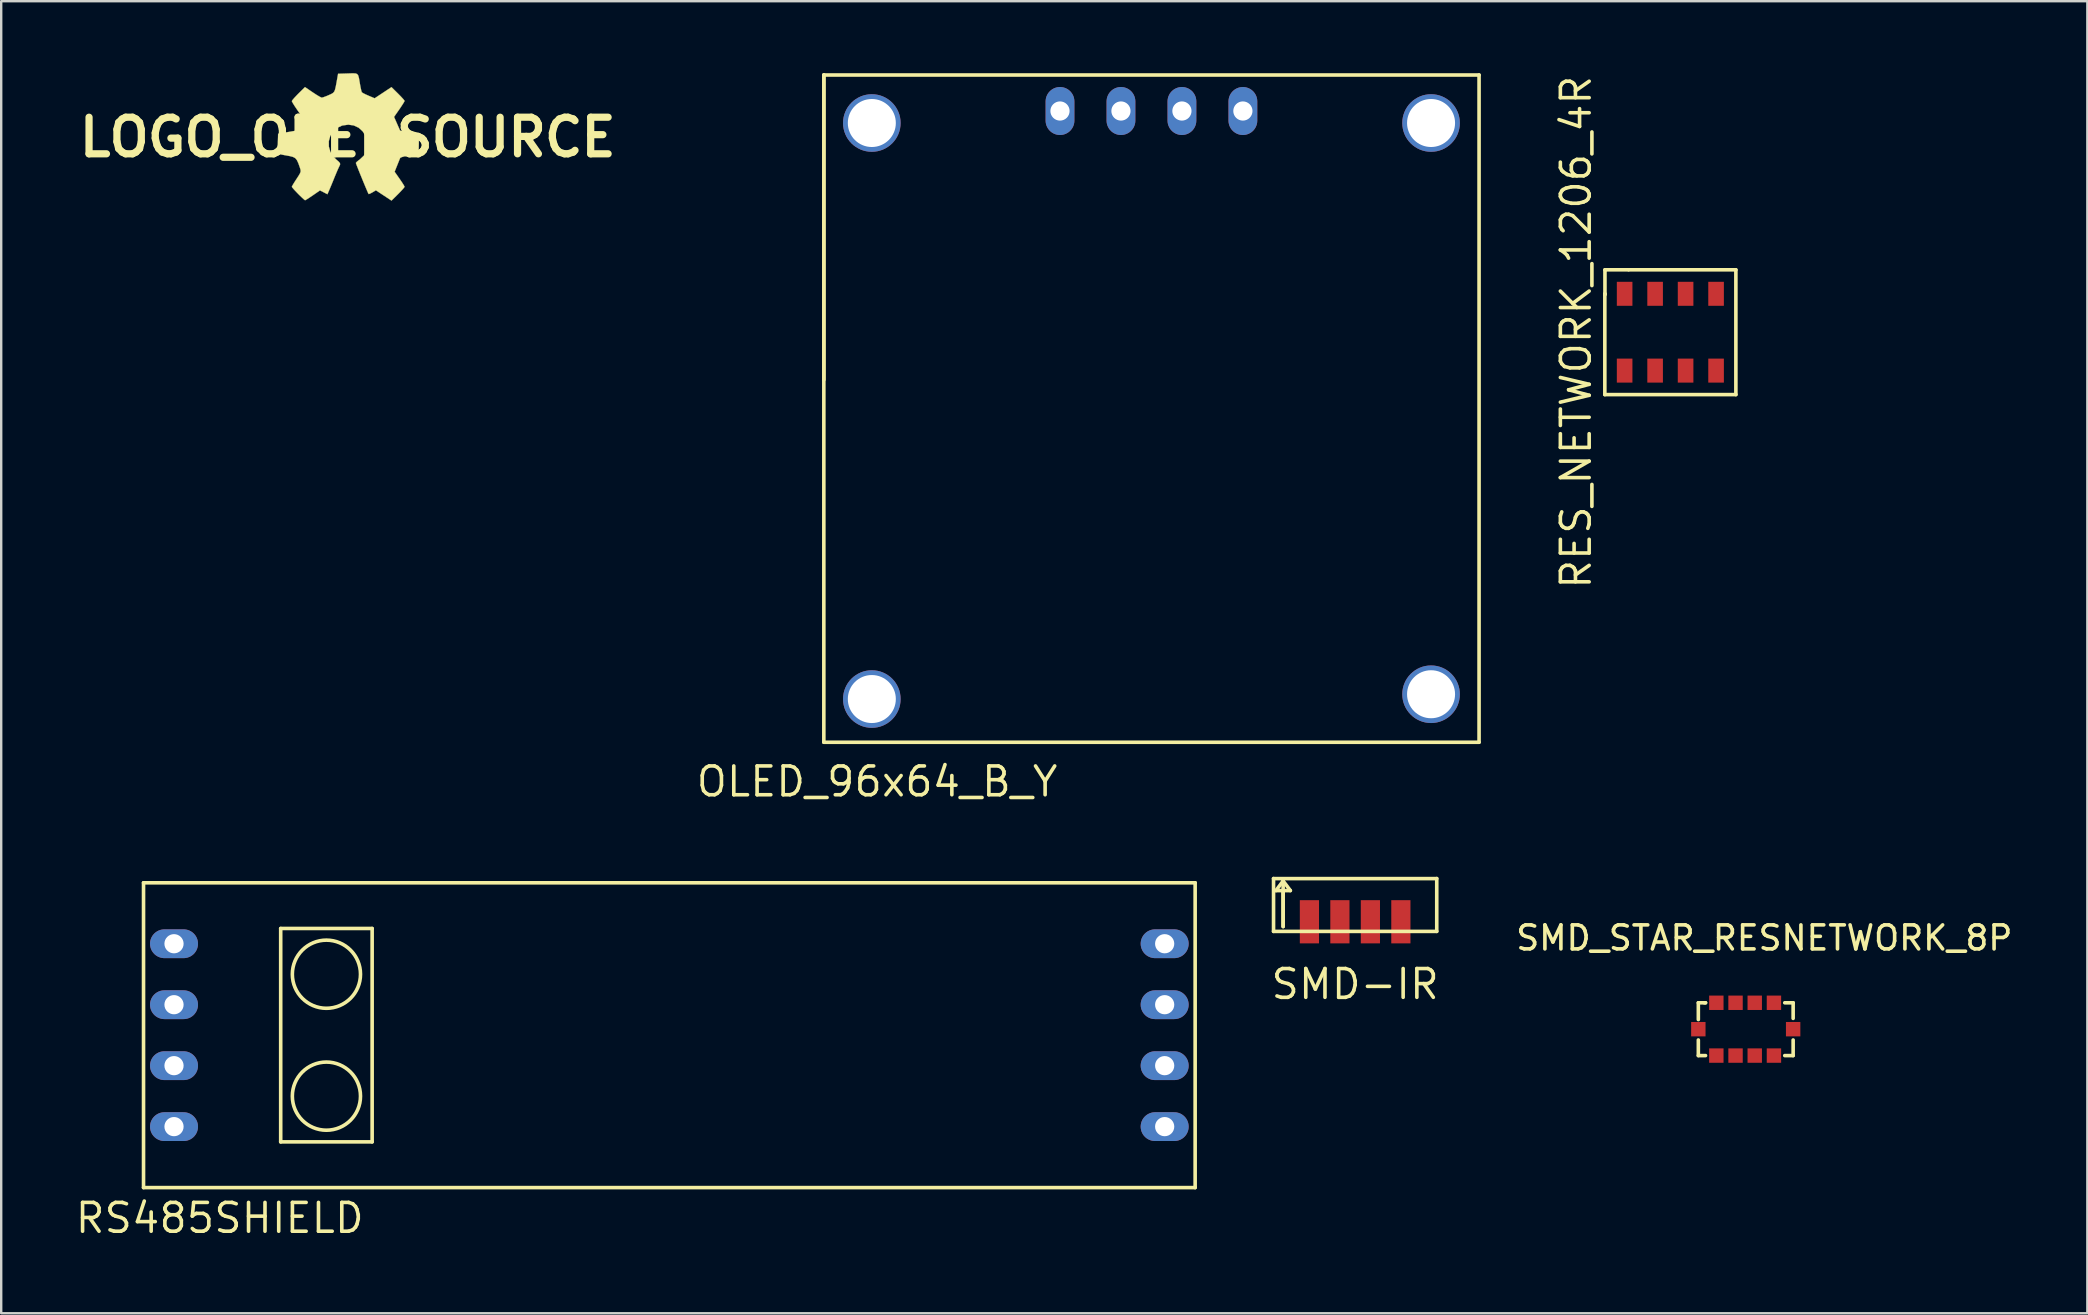
<source format=kicad_pcb>
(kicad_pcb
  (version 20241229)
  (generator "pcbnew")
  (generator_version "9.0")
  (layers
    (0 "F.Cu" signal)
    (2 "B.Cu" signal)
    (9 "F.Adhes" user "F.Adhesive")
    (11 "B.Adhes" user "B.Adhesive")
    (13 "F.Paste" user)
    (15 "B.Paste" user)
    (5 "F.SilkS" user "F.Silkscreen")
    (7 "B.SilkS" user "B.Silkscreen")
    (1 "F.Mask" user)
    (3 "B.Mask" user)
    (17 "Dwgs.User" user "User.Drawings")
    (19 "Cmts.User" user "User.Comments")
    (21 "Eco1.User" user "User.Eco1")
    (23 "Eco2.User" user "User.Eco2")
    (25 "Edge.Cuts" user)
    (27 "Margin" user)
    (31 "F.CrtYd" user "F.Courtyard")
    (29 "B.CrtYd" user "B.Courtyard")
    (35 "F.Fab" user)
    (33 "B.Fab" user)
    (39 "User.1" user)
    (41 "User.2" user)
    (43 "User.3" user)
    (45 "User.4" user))
  (footprint "RES_NETWORK_1206_4R"
    (layer "F.Cu")
    (at 66.544 10.791)
    (property "Reference" "RES_NETWORK_1206_4R" (at -3.93 0 90) (layer "F.SilkS") (effects (font (size 1.2 1.2) (thickness 0.15))))
    (attr through_hole)
    (fp_line (start -2.73 -1.6) (end -2.73 2.6) (stroke (width 0.15) (type solid)) (layer "F.SilkS"))
    (fp_line (start -2.73 2.6) (end 2.73 2.6) (stroke (width 0.15) (type solid)) (layer "F.SilkS"))
    (fp_line (start -2.725 -2.6) (end -2.725 -1.575) (stroke (width 0.15) (type solid)) (layer "F.SilkS"))
    (fp_line (start -2.725 -1.575) (end -2.725 -1.6) (stroke (width 0.15) (type solid)) (layer "F.SilkS"))
    (fp_line (start -2.7 -2.6) (end -2.725 -2.6) (stroke (width 0.15) (type solid)) (layer "F.SilkS"))
    (fp_line (start -1.75 -2.6) (end -2.7 -2.6) (stroke (width 0.15) (type solid)) (layer "F.SilkS"))
    (fp_line (start 2.73 -2.6) (end -1.73 -2.6) (stroke (width 0.15) (type solid)) (layer "F.SilkS"))
    (fp_line (start 2.73 2.6) (end 2.73 -2.6) (stroke (width 0.15) (type solid)) (layer "F.SilkS"))
    (pad "1" smd rect (at -1.905 1.6) (size 0.65 1) (layers "F.Cu" "F.Mask" "F.Paste"))
    (pad "2" smd rect (at -0.635 1.6) (size 0.65 1) (layers "F.Cu" "F.Mask" "F.Paste"))
    (pad "3" smd rect (at 0.635 1.6) (size 0.65 1) (layers "F.Cu" "F.Mask" "F.Paste"))
    (pad "4" smd rect (at 1.905 1.6) (size 0.65 1) (layers "F.Cu" "F.Mask" "F.Paste"))
    (pad "5" smd rect (at 1.905 -1.6) (size 0.65 1) (layers "F.Cu" "F.Mask" "F.Paste"))
    (pad "6" smd rect (at 0.635 -1.6) (size 0.65 1) (layers "F.Cu" "F.Mask" "F.Paste"))
    (pad "7" smd rect (at -0.635 -1.6) (size 0.65 1) (layers "F.Cu" "F.Mask" "F.Paste"))
    (pad "8" smd rect (at -1.905 -1.6) (size 0.65 1) (layers "F.Cu" "F.Mask" "F.Paste")))
  (footprint "SMD-IR"
    (layer "F.Cu")
    (at 53.411 35.355)
    (property "Reference" "SMD-IR" (at 0 2.6 0) (layer "F.SilkS") (effects (font (size 1.2 1.2) (thickness 0.15))))
    (attr through_hole)
    (fp_line (start -3.4 -1.8) (end 3.4 -1.8) (stroke (width 0.15) (type solid)) (layer "F.SilkS"))
    (fp_line (start -3.4 0.4) (end -3.4 -1.8) (stroke (width 0.15) (type solid)) (layer "F.SilkS"))
    (fp_line (start -3.3 -1.3) (end -3 -1.7) (stroke (width 0.15) (type solid)) (layer "F.SilkS"))
    (fp_line (start -3 -1.7) (end -3 0.2) (stroke (width 0.15) (type solid)) (layer "F.SilkS"))
    (fp_line (start -3 -1.7) (end -2.7 -1.3) (stroke (width 0.15) (type solid)) (layer "F.SilkS"))
    (fp_line (start -3 -1.3) (end -3.3 -1.3) (stroke (width 0.15) (type solid)) (layer "F.SilkS"))
    (fp_line (start -3 0.2) (end -3 -1.3) (stroke (width 0.15) (type solid)) (layer "F.SilkS"))
    (fp_line (start -2.7 -1.3) (end -3 -1.3) (stroke (width 0.15) (type solid)) (layer "F.SilkS"))
    (fp_line (start 3.4 -1.8) (end 3.4 0.4) (stroke (width 0.15) (type solid)) (layer "F.SilkS"))
    (fp_line (start 3.4 0.4) (end -3.4 0.4) (stroke (width 0.15) (type solid)) (layer "F.SilkS"))
    (pad "1" smd rect (at 1.905 0) (size 0.8 1.8) (layers "F.Cu" "F.Mask" "F.Paste"))
    (pad "2" smd rect (at 0.635 0) (size 0.8 1.8) (layers "F.Cu" "F.Mask" "F.Paste"))
    (pad "3" smd rect (at -0.635 0) (size 0.8 1.8) (layers "F.Cu" "F.Mask" "F.Paste"))
    (pad "4" smd rect (at -1.905 0) (size 0.8 1.8) (layers "F.Cu" "F.Mask" "F.Paste")))
  (footprint "RS485SHIELD"
    (layer "F.Cu")
    (at 2.93 33.73)
    (property "Reference" "RS485SHIELD" (at 3.175 13.97 0) (layer "F.SilkS") (effects (font (size 1.2 1.2) (thickness 0.15))))
    (attr through_hole)
    (fp_line (start 0 0) (end 0 12.7) (stroke (width 0.15) (type solid)) (layer "F.SilkS"))
    (fp_line (start 0 12.7) (end 43.815 12.7) (stroke (width 0.15) (type solid)) (layer "F.SilkS"))
    (fp_line (start 5.715 1.905) (end 9.525 1.905) (stroke (width 0.15) (type solid)) (layer "F.SilkS"))
    (fp_line (start 5.715 10.795) (end 5.715 1.905) (stroke (width 0.15) (type solid)) (layer "F.SilkS"))
    (fp_line (start 9.525 1.905) (end 9.525 10.795) (stroke (width 0.15) (type solid)) (layer "F.SilkS"))
    (fp_line (start 9.525 10.795) (end 5.715 10.795) (stroke (width 0.15) (type solid)) (layer "F.SilkS"))
    (fp_line (start 43.815 0) (end 0 0) (stroke (width 0.15) (type solid)) (layer "F.SilkS"))
    (fp_line (start 43.815 12.7) (end 43.815 0) (stroke (width 0.15) (type solid)) (layer "F.SilkS"))
    (fp_circle (center 7.62 3.81) (end 8.89 4.445) (stroke (width 0.15) (type solid)) (fill no) (layer "F.SilkS"))
    (fp_circle (center 7.62 8.89) (end 8.89 9.525) (stroke (width 0.15) (type solid)) (fill no) (layer "F.SilkS"))
    (pad "1" thru_hole oval (at 42.545 2.54 90) (size 1.2 2) (drill 0.8) (layers "*.Cu" "*.Mask"))
    (pad "2" thru_hole oval (at 42.545 5.08 90) (size 1.2 2) (drill 0.8) (layers "*.Cu" "*.Mask"))
    (pad "3" thru_hole oval (at 42.545 7.62 90) (size 1.2 2) (drill 0.8) (layers "*.Cu" "*.Mask"))
    (pad "4" thru_hole oval (at 42.545 10.16 90) (size 1.2 2) (drill 0.8) (layers "*.Cu" "*.Mask"))
    (pad "5" thru_hole oval (at 1.27 10.16 90) (size 1.2 2) (drill 0.8) (layers "*.Cu" "*.Mask"))
    (pad "6" thru_hole oval (at 1.27 7.62 90) (size 1.2 2) (drill 0.8) (layers "*.Cu" "*.Mask"))
    (pad "7" thru_hole oval (at 1.27 5.08 90) (size 1.2 2) (drill 0.8) (layers "*.Cu" "*.Mask"))
    (pad "8" thru_hole oval (at 1.27 2.54 90) (size 1.2 2) (drill 0.8) (layers "*.Cu" "*.Mask")))
  (footprint "OLED_96x64_B_Y"
    (layer "F.Cu")
    (at 41.114 1.575)
    (property "Reference" "OLED_96x64_B_Y" (at -7.62 27.94 0) (layer "F.SilkS") (effects (font (size 1.2 1.2) (thickness 0.15))))
    (attr through_hole)
    (fp_line (start -9.84 -1.5) (end -9.84 11.2) (stroke (width 0.15) (type solid)) (layer "F.SilkS"))
    (fp_line (start -9.84 -1.5) (end 17.46 -1.5) (stroke (width 0.15) (type solid)) (layer "F.SilkS"))
    (fp_line (start -9.84 26.3) (end -9.84 -1.5) (stroke (width 0.15) (type solid)) (layer "F.SilkS"))
    (fp_line (start 17.46 -1.5) (end 17.46 26.3) (stroke (width 0.15) (type solid)) (layer "F.SilkS"))
    (fp_line (start 17.46 26.3) (end -9.84 26.3) (stroke (width 0.15) (type solid)) (layer "F.SilkS"))
    (pad "1" thru_hole oval (at 0 0 180) (size 1.2 2) (drill 0.8) (layers "*.Cu" "*.Mask"))
    (pad "2" thru_hole oval (at 2.54 0 180) (size 1.2 2) (drill 0.8) (layers "*.Cu" "*.Mask"))
    (pad "3" thru_hole oval (at 5.08 0 180) (size 1.2 2) (drill 0.8) (layers "*.Cu" "*.Mask"))
    (pad "4" thru_hole oval (at 7.62 0 180) (size 1.2 2) (drill 0.8) (layers "*.Cu" "*.Mask"))
    (pad "~" thru_hole circle (at -7.84 0.5) (size 2.4 2.4) (drill 2) (layers "*.Cu" "*.Mask"))
    (pad "~" thru_hole circle (at -7.84 24.5) (size 2.4 2.4) (drill 2) (layers "*.Cu" "*.Mask"))
    (pad "~" thru_hole circle (at 15.46 0.5) (size 2.4 2.4) (drill 2) (layers "*.Cu" "*.Mask"))
    (pad "~" thru_hole circle (at 15.46 24.3) (size 2.4 2.4) (drill 2) (layers "*.Cu" "*.Mask")))
  (footprint "SMD_STAR_RESNETWORK_8P"
    (layer "F.Cu")
    (at 68.46 33.73)
    (property "Reference" "SMD_STAR_RESNETWORK_8P" (at 2 2.3 0) (layer "F.SilkS") (effects (font (size 1 1) (thickness 0.15))))
    (attr through_hole)
    (fp_line (start -0.75 5) (end -0.45 5) (stroke (width 0.15) (type solid)) (layer "F.SilkS"))
    (fp_line (start -0.75 5.7) (end -0.75 5) (stroke (width 0.15) (type solid)) (layer "F.SilkS"))
    (fp_line (start -0.75 6.55) (end -0.75 7.2) (stroke (width 0.15) (type solid)) (layer "F.SilkS"))
    (fp_line (start -0.75 7.2) (end -0.45 7.2) (stroke (width 0.15) (type solid)) (layer "F.SilkS"))
    (fp_line (start -0.45 5) (end -0.5 5) (stroke (width 0.15) (type solid)) (layer "F.SilkS"))
    (fp_line (start 2.85 5) (end 3.2 5) (stroke (width 0.15) (type solid)) (layer "F.SilkS"))
    (fp_line (start 2.85 7.2) (end 3.2 7.2) (stroke (width 0.15) (type solid)) (layer "F.SilkS"))
    (fp_line (start 3.2 5) (end 3.2 5.65) (stroke (width 0.15) (type solid)) (layer "F.SilkS"))
    (fp_line (start 3.2 7.2) (end 3.2 6.55) (stroke (width 0.15) (type solid)) (layer "F.SilkS"))
    (pad "1" connect rect (at -0.75 6.1) (size 0.6 0.6) (layers "F.Cu" "F.Mask"))
    (pad "2" connect rect (at 0 7.2) (size 0.6 0.6) (layers "F.Cu" "F.Mask"))
    (pad "3" connect rect (at 0.8 7.2) (size 0.6 0.6) (layers "F.Cu" "F.Mask"))
    (pad "4" connect rect (at 1.6 7.2) (size 0.6 0.6) (layers "F.Cu" "F.Mask"))
    (pad "5" connect rect (at 2.4 7.2) (size 0.6 0.6) (layers "F.Cu" "F.Mask"))
    (pad "6" connect rect (at 3.2 6.1) (size 0.6 0.6) (layers "F.Cu" "F.Mask"))
    (pad "7" connect rect (at 2.4 5) (size 0.6 0.6) (layers "F.Cu" "F.Mask"))
    (pad "8" connect rect (at 1.6 5) (size 0.6 0.6) (layers "F.Cu" "F.Mask"))
    (pad "9" connect rect (at 0.8 5) (size 0.6 0.6) (layers "F.Cu" "F.Mask"))
    (pad "10" connect rect (at 0 5) (size 0.6 0.6) (layers "F.Cu" "F.Mask")))
  (footprint "LOGO_OPENSOURCE"
    (layer "F.Cu")
    (at 11.437 2.669)
    (property "Reference" "LOGO_OPENSOURCE" (at 0 0 0) (layer "F.SilkS") (effects (font (size 1.524 1.524) (thickness 0.3))))
    (attr through_hole)
    (fp_poly (pts (xy 0.317 -2.661) (xy 0.394 -2.635) (xy 0.44 -2.571) (xy 0.47 -2.457) (xy 0.501 -2.278) (xy 0.511 -2.215) (xy 0.54 -2.061) (xy 0.567 -1.94) (xy 0.587 -1.877) (xy 0.588 -1.875) (xy 0.638 -1.841) (xy 0.743 -1.787) (xy 0.868 -1.732) (xy 1.122 -1.624) (xy 1.824 -2.089) (xy 2.097 -1.819) (xy 2.218 -1.696) (xy 2.311 -1.594) (xy 2.364 -1.528) (xy 2.371 -1.514) (xy 2.348 -1.467) (xy 2.287 -1.368) (xy 2.199 -1.235) (xy 2.151 -1.164) (xy 1.931 -0.848) (xy 2.057 -0.562) (xy 2.183 -0.276) (xy 2.478 -0.223) (xy 2.685 -0.188) (xy 2.823 -0.159) (xy 2.907 -0.123) (xy 2.949 -0.065) (xy 2.963 0.027) (xy 2.964 0.168) (xy 2.963 0.271) (xy 2.959 0.477) (xy 2.947 0.608) (xy 2.924 0.676) (xy 2.908 0.69) (xy 2.841 0.706) (xy 2.716 0.731) (xy 2.557 0.759) (xy 2.529 0.763) (xy 2.373 0.794) (xy 2.253 0.827) (xy 2.19 0.858) (xy 2.186 0.863) (xy 2.16 0.924) (xy 2.114 1.039) (xy 2.06 1.173) (xy 1.955 1.437) (xy 2.163 1.733) (xy 2.257 1.871) (xy 2.329 1.984) (xy 2.367 2.053) (xy 2.371 2.063) (xy 2.342 2.107) (xy 2.267 2.193) (xy 2.158 2.308) (xy 2.098 2.369) (xy 1.825 2.639) (xy 1.5 2.425) (xy 1.175 2.21) (xy 1.03 2.296) (xy 0.936 2.346) (xy 0.877 2.367) (xy 0.871 2.365) (xy 0.848 2.32) (xy 0.801 2.212) (xy 0.736 2.059) (xy 0.66 1.877) (xy 0.58 1.681) (xy 0.501 1.488) (xy 0.432 1.314) (xy 0.378 1.176) (xy 0.346 1.089) (xy 0.34 1.069) (xy 0.373 1.028) (xy 0.454 0.961) (xy 0.502 0.927) (xy 0.675 0.763) (xy 0.78 0.568) (xy 0.823 0.355) (xy 0.807 0.139) (xy 0.738 -0.068) (xy 0.619 -0.251) (xy 0.455 -0.398) (xy 0.251 -0.493) (xy 0.023 -0.525) (xy -0.233 -0.488) (xy -0.446 -0.388) (xy -0.613 -0.237) (xy -0.728 -0.05) (xy -0.787 0.162) (xy -0.786 0.386) (xy -0.721 0.609) (xy -0.586 0.819) (xy -0.479 0.925) (xy -0.374 1.017) (xy -0.323 1.078) (xy -0.316 1.13) (xy -0.344 1.197) (xy -0.354 1.216) (xy -0.402 1.318) (xy -0.467 1.469) (xy -0.537 1.637) (xy -0.545 1.656) (xy -0.619 1.84) (xy -0.695 2.023) (xy -0.756 2.168) (xy -0.757 2.171) (xy -0.845 2.374) (xy -1.155 2.214) (xy -1.453 2.42) (xy -1.591 2.513) (xy -1.701 2.584) (xy -1.767 2.621) (xy -1.776 2.625) (xy -1.815 2.597) (xy -1.899 2.521) (xy -2.011 2.413) (xy -2.065 2.359) (xy -2.183 2.237) (xy -2.273 2.137) (xy -2.323 2.074) (xy -2.328 2.062) (xy -2.306 2.015) (xy -2.248 1.916) (xy -2.164 1.784) (xy -2.131 1.735) (xy -2.036 1.588) (xy -1.981 1.49) (xy -1.96 1.418) (xy -1.966 1.351) (xy -1.987 1.28) (xy -2.056 1.084) (xy -2.117 0.952) (xy -2.186 0.869) (xy -2.28 0.819) (xy -2.414 0.784) (xy -2.498 0.769) (xy -2.658 0.74) (xy -2.789 0.714) (xy -2.865 0.697) (xy -2.87 0.696) (xy -2.896 0.663) (xy -2.911 0.578) (xy -2.915 0.43) (xy -2.912 0.267) (xy -2.9 -0.146) (xy -2.522 -0.211) (xy -2.144 -0.277) (xy -1.906 -0.856) (xy -2.117 -1.161) (xy -2.212 -1.303) (xy -2.285 -1.42) (xy -2.324 -1.494) (xy -2.328 -1.507) (xy -2.3 -1.553) (xy -2.224 -1.642) (xy -2.115 -1.758) (xy -2.054 -1.82) (xy -1.78 -2.091) (xy -1.457 -1.871) (xy -1.309 -1.774) (xy -1.184 -1.699) (xy -1.101 -1.657) (xy -1.08 -1.651) (xy -1.015 -1.667) (xy -0.9 -1.709) (xy -0.789 -1.756) (xy -0.683 -1.804) (xy -0.609 -1.849) (xy -0.56 -1.906) (xy -0.525 -1.994) (xy -0.494 -2.13) (xy -0.457 -2.33) (xy -0.454 -2.349) (xy -0.401 -2.646) (xy 0.008 -2.658) (xy 0.194 -2.664) (xy 0.317 -2.661)) (stroke (width 0.01) (type solid)) (fill yes) (layer "F.SilkS")))
  (gr_rect
    (start -3 -3)
    (end 83.918 51.666)
    (stroke (width 0.1) (type default))
    (fill no)
    (layer "Edge.Cuts")))
</source>
